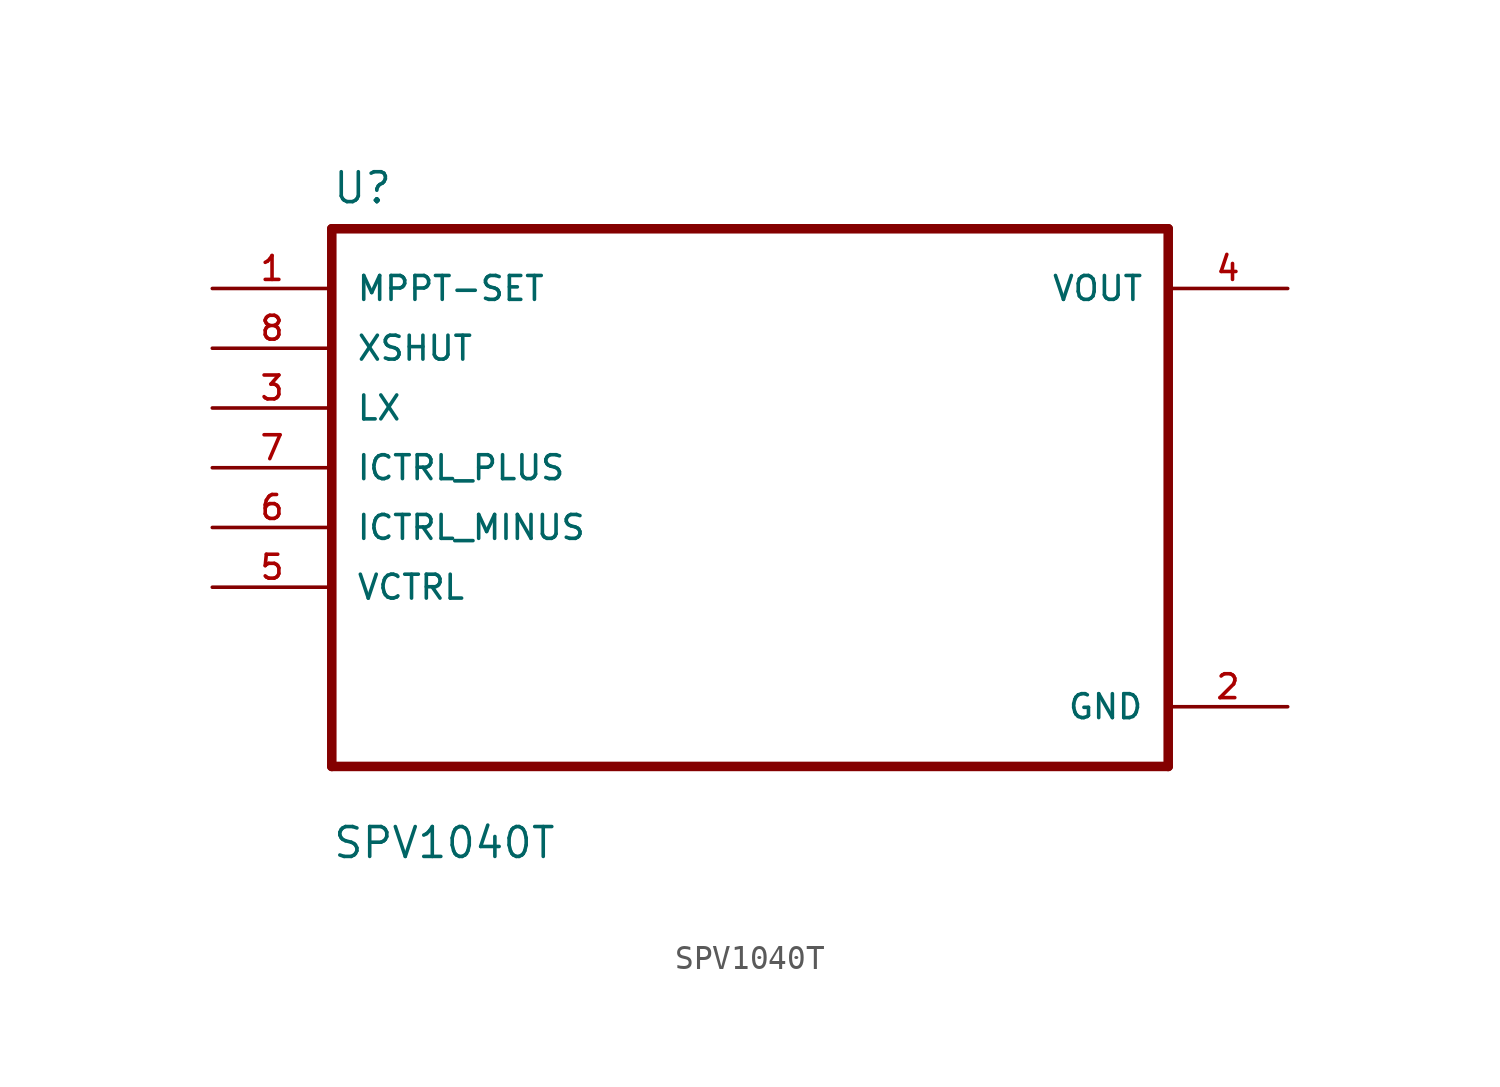
<source format=kicad_sym>
(kicad_symbol_lib
  (version 20201005)
  (generator kicad_symbol_editor)
  (symbol "SPV1040T"
    (pin_names
      (offset 1.016))
    (property "Reference" "U"
      (at -17.78 13.691 0)
      (effects (font (size 1.27 1.27)) (justify left bottom)))
    (property "Value" "SPV1040T"
      (at -17.78 -14.148 0)
      (effects (font (size 1.27 1.27)) (justify left bottom)))
    (property "ki_locked" ""
      (at 0 0 0)
      (effects (font (size 1.27 1.27))))
    (symbol "SPV1040T_0_0"
      (polyline (pts (xy -17.78 -10.16) (xy -17.78 12.7)) (stroke (width 0.406)) (fill (type none)))
      (polyline (pts (xy -17.78 12.7) (xy 17.78 12.7)) (stroke (width 0.406)) (fill (type none)))
      (polyline (pts (xy 17.78 -10.16) (xy -17.78 -10.16)) (stroke (width 0.406)) (fill (type none)))
      (polyline (pts (xy 17.78 12.7) (xy 17.78 -10.16)) (stroke (width 0.406)) (fill (type none)))
      (pin input line (at -22.86 10.16 0) (length 5.08) (name "MPPT-SET" (effects (font (size 1.016 1.016)))) (number "1" (effects (font (size 1.016 1.016)))))
      (pin power_in line (at 22.86 -7.62 180) (length 5.08) (name "GND" (effects (font (size 1.016 1.016)))) (number "2" (effects (font (size 1.016 1.016)))))
      (pin input line (at -22.86 5.08 0) (length 5.08) (name "LX" (effects (font (size 1.016 1.016)))) (number "3" (effects (font (size 1.016 1.016)))))
      (pin output line (at 22.86 10.16 180) (length 5.08) (name "VOUT" (effects (font (size 1.016 1.016)))) (number "4" (effects (font (size 1.016 1.016)))))
      (pin input line (at -22.86 -2.54 0) (length 5.08) (name "VCTRL" (effects (font (size 1.016 1.016)))) (number "5" (effects (font (size 1.016 1.016)))))
      (pin input line (at -22.86 0 0) (length 5.08) (name "ICTRL_MINUS" (effects (font (size 1.016 1.016)))) (number "6" (effects (font (size 1.016 1.016)))))
      (pin input line (at -22.86 2.54 0) (length 5.08) (name "ICTRL_PLUS" (effects (font (size 1.016 1.016)))) (number "7" (effects (font (size 1.016 1.016)))))
      (pin input line (at -22.86 7.62 0) (length 5.08) (name "XSHUT" (effects (font (size 1.016 1.016)))) (number "8" (effects (font (size 1.016 1.016))))))))
</source>
